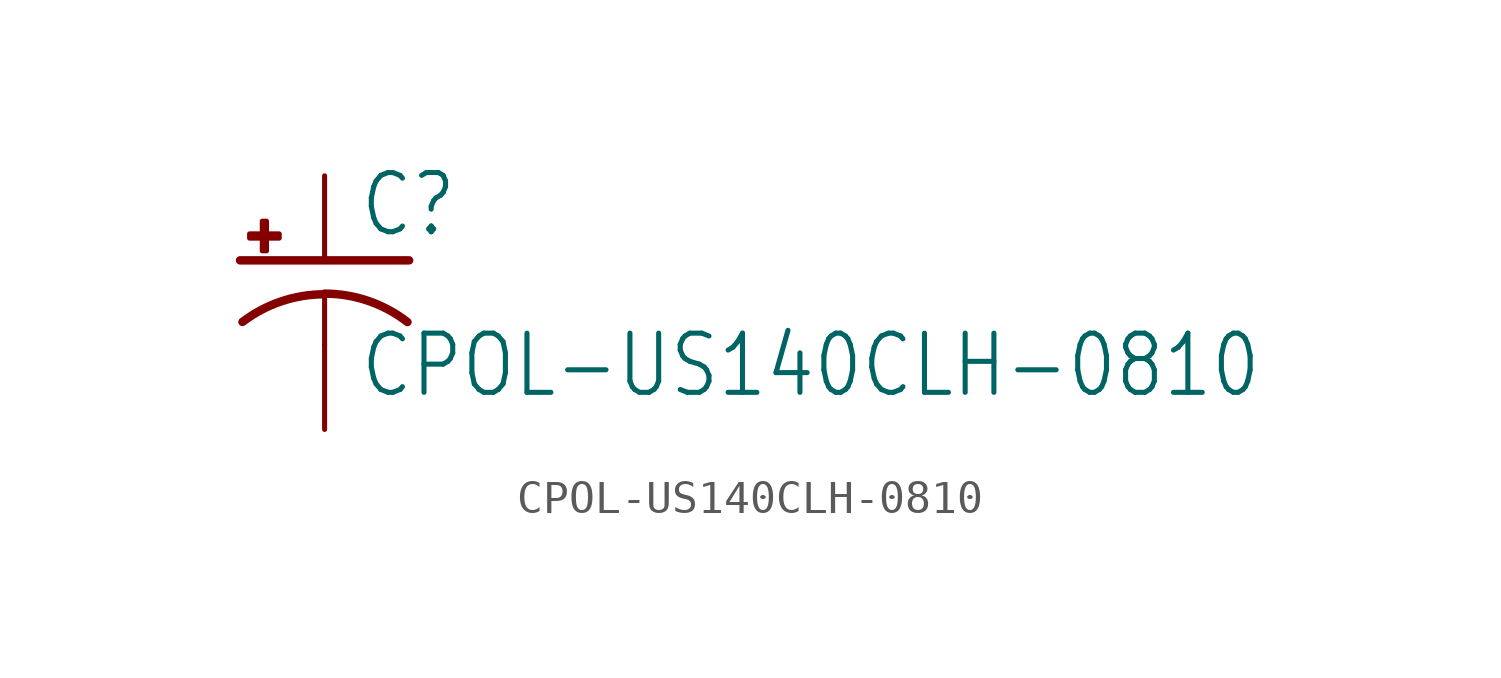
<source format=kicad_sym>
(kicad_symbol_lib
  (version 20220331)
  (generator kicad_symbol_editor)
  (symbol "CPOL-US140CLH-0810"
    (property "Reference" "C"
      (at 1.016 0.635 0)
      (effects (font (size 1.778 1.511)) (justify left bottom)))
    (property "Value" "CPOL-US140CLH-0810"
      (at 1.016 -4.191 0)
      (effects (font (size 1.778 1.511)) (justify left bottom)))
    (property "ki_locked" ""
      (at 0 0 0)
      (effects (font (size 1.27 1.27))))
    (symbol "CPOL-US140CLH-0810_1_0"
      (rectangle (start -2.253 0.668) (end -1.364 0.795) (stroke (width 0) (type default)) (fill (type outline)))
      (rectangle (start -1.872 0.287) (end -1.745 1.176) (stroke (width 0) (type default)) (fill (type outline)))
      (arc (start 0 -1.0161) (mid -1.3021 -1.2302) (end -2.4669 -1.8504) (stroke (width 0.254) (type solid)) (fill (type none)))
      (polyline (pts (xy -2.54 0) (xy 2.54 0)) (stroke (width 0.254) (type solid)) (fill (type none)))
      (polyline (pts (xy 0 -1.016) (xy 0 -2.54)) (stroke (width 0.152) (type solid)) (fill (type none)))
      (arc (start 2.4892 -1.8542) (mid 1.3158 -1.2195) (end 0 -1) (stroke (width 0.254) (type solid)) (fill (type none)))
      (pin passive line (at 0 2.54 270) (length 2.54) (name "+" (effects (font (size 0 0)))) (number "+" (effects (font (size 0 0)))))
      (pin passive line (at 0 -5.08 90) (length 2.54) (name "-" (effects (font (size 0 0)))) (number "-" (effects (font (size 0 0))))))))
</source>
